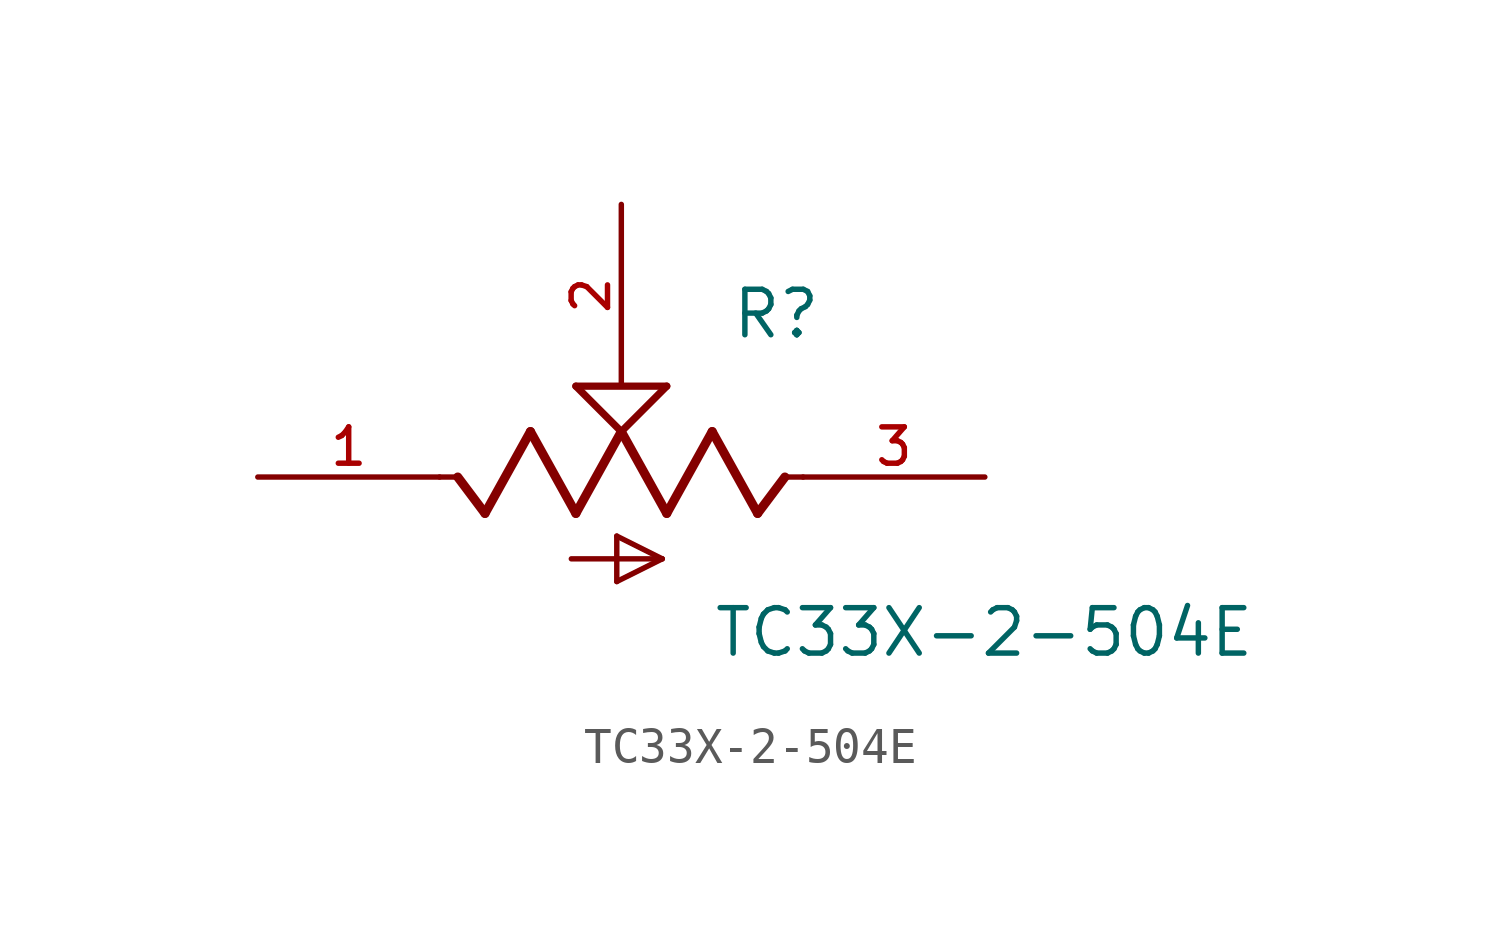
<source format=kicad_sym>
(kicad_symbol_lib
  (version 20211014)
  (generator kicad_symbol_editor)
  (symbol "TC33X-2-504E"
    (pin_names
      (offset 1.016))
    (property "Reference" "R"
      (at 3.051 3.814 0)
      (effects (font (size 1.27 1.27)) (justify bottom left)))
    (property "Value" "TC33X-2-504E"
      (at 2.542 -5.084 0)
      (effects (font (size 1.27 1.27)) (justify bottom left)))
    (symbol "TC33X-2-504E_0_0"
      (polyline (pts (xy 5.08 0.0) (xy 4.572 0.0)) (stroke (width 0.152)))
      (polyline (pts (xy 4.572 0.0) (xy 3.81 -1.016)) (stroke (width 0.254)))
      (polyline (pts (xy 3.81 -1.016) (xy 2.54 1.27)) (stroke (width 0.254)))
      (polyline (pts (xy 2.54 1.27) (xy 1.27 -1.016)) (stroke (width 0.254)))
      (polyline (pts (xy 1.27 -1.016) (xy 0.0 1.27)) (stroke (width 0.254)))
      (polyline (pts (xy 0.0 1.27) (xy -1.27 -1.016)) (stroke (width 0.254)))
      (polyline (pts (xy -1.27 -1.016) (xy -2.54 1.27)) (stroke (width 0.254)))
      (polyline (pts (xy -2.54 1.27) (xy -3.81 -1.016)) (stroke (width 0.254)))
      (polyline (pts (xy -3.81 -1.016) (xy -4.572 0.0)) (stroke (width 0.254)))
      (polyline (pts (xy -4.572 0.0) (xy -5.08 0.0)) (stroke (width 0.152)))
      (polyline (pts (xy 0.0 1.27) (xy -1.27 2.54)) (stroke (width 0.203)))
      (polyline (pts (xy 1.27 2.54) (xy 0.0 1.27)) (stroke (width 0.203)))
      (polyline (pts (xy -1.27 2.54) (xy 1.27 2.54)) (stroke (width 0.203)))
      (polyline (pts (xy -1.397 -2.286) (xy 1.143 -2.286)) (stroke (width 0.152)))
      (polyline (pts (xy 1.143 -2.286) (xy -0.127 -2.921)) (stroke (width 0.152)))
      (polyline (pts (xy -0.127 -2.921) (xy -0.127 -1.651)) (stroke (width 0.152)))
      (polyline (pts (xy -0.127 -1.651) (xy 1.143 -2.286)) (stroke (width 0.152)))
      (pin passive line (at 10.16 0.0 180.0) (length 5.08) (name "~" (effects (font (size 1.016 1.016)))) (number "3" (effects (font (size 1.016 1.016)))))
      (pin passive line (at 0.0 7.62 270.0) (length 5.08) (name "~" (effects (font (size 1.016 1.016)))) (number "2" (effects (font (size 1.016 1.016)))))
      (pin passive line (at -10.16 0.0 0) (length 5.08) (name "~" (effects (font (size 1.016 1.016)))) (number "1" (effects (font (size 1.016 1.016))))))))
</source>
